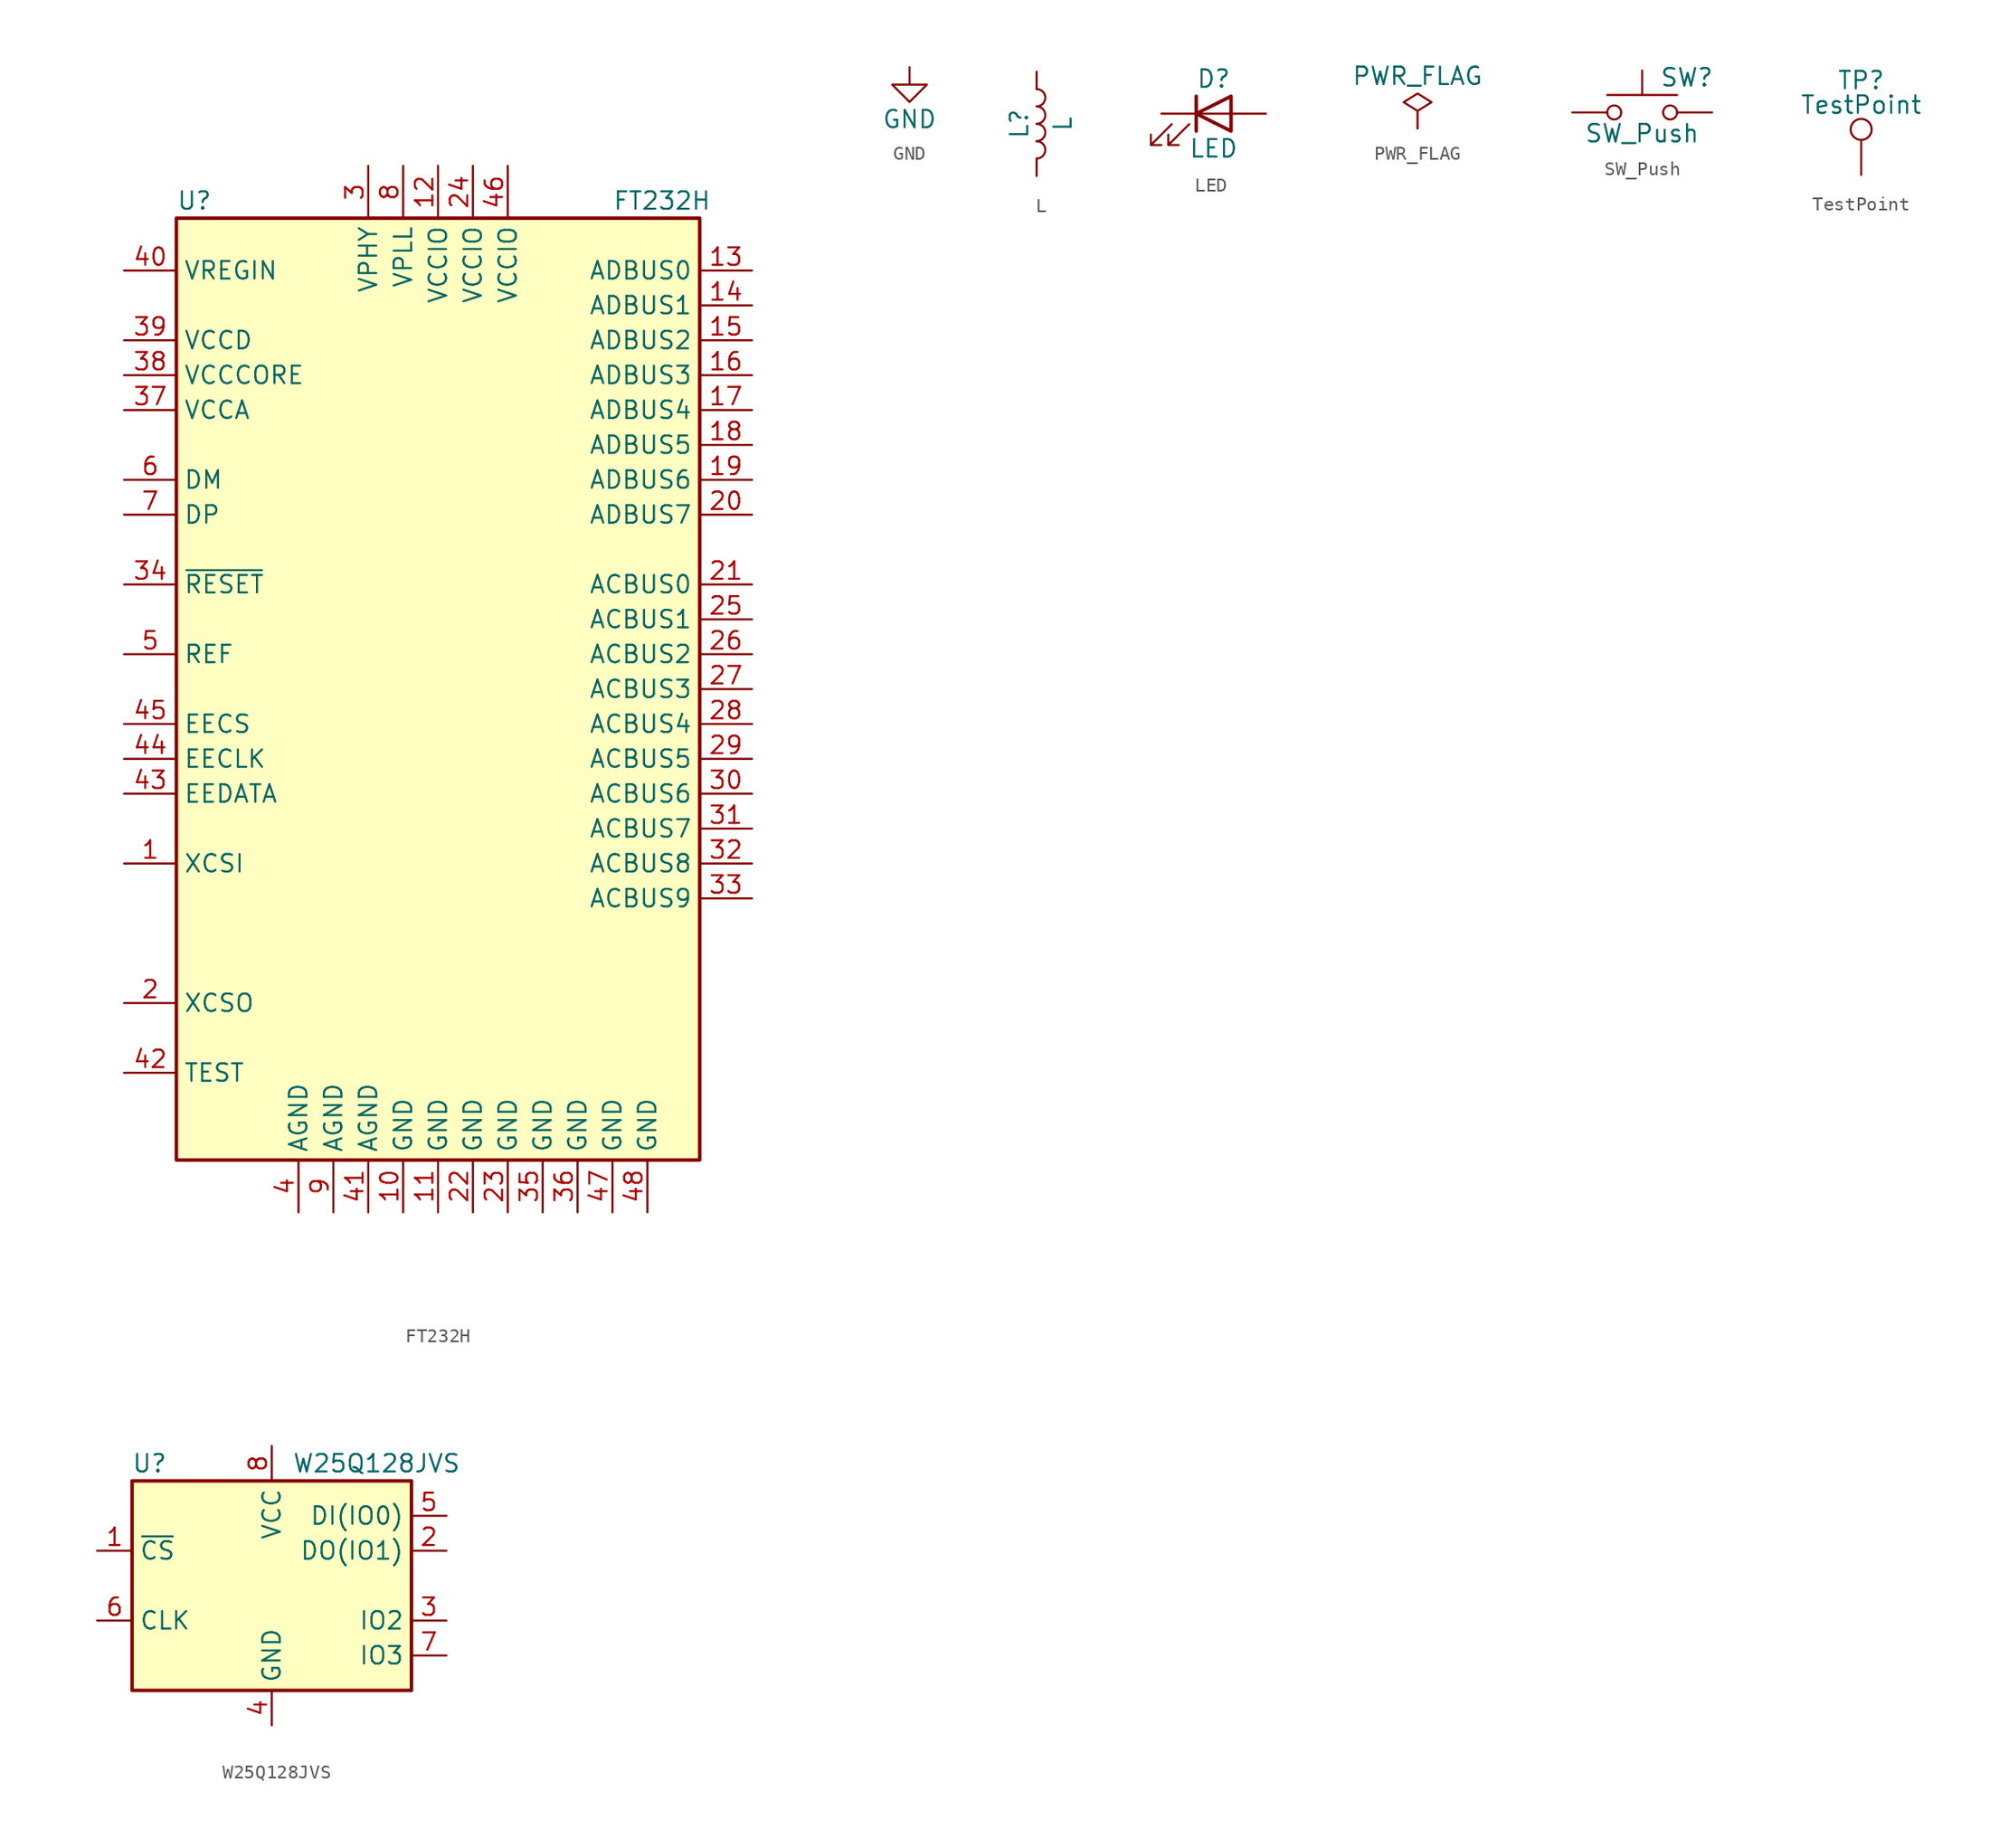
<source format=kicad_sym>
(kicad_symbol_lib
  (version 20231120)
  (generator "kicad_symbol_editor")
  (generator_version "8.0")
  (symbol "FT232H"
    (property "Reference" "U"
      (at -19.05 35.56 0)
      (effects (font (size 1.27 1.27)) (justify left)))
    (property "Value" "FT232H"
      (at 12.7 35.56 0)
      (effects (font (size 1.27 1.27)) (justify left)))
    (symbol "FT232H_0_1"
      (rectangle (start -19.05 34.29) (end 19.05 -34.29) (stroke (width 0.254) (type default)) (fill (type background))))
    (symbol "FT232H_1_1"
      (pin input line (at -22.86 -12.7 0) (length 3.81) (name "XCSI" (effects (font (size 1.27 1.27)))) (number "1" (effects (font (size 1.27 1.27)))))
      (pin power_in line (at -2.54 -38.1 90) (length 3.81) (name "GND" (effects (font (size 1.27 1.27)))) (number "10" (effects (font (size 1.27 1.27)))))
      (pin power_in line (at 0 -38.1 90) (length 3.81) (name "GND" (effects (font (size 1.27 1.27)))) (number "11" (effects (font (size 1.27 1.27)))))
      (pin power_in line (at 0 38.1 270) (length 3.81) (name "VCCIO" (effects (font (size 1.27 1.27)))) (number "12" (effects (font (size 1.27 1.27)))))
      (pin bidirectional line (at 22.86 30.48 180) (length 3.81) (name "ADBUS0" (effects (font (size 1.27 1.27)))) (number "13" (effects (font (size 1.27 1.27)))))
      (pin bidirectional line (at 22.86 27.94 180) (length 3.81) (name "ADBUS1" (effects (font (size 1.27 1.27)))) (number "14" (effects (font (size 1.27 1.27)))))
      (pin bidirectional line (at 22.86 25.4 180) (length 3.81) (name "ADBUS2" (effects (font (size 1.27 1.27)))) (number "15" (effects (font (size 1.27 1.27)))))
      (pin bidirectional line (at 22.86 22.86 180) (length 3.81) (name "ADBUS3" (effects (font (size 1.27 1.27)))) (number "16" (effects (font (size 1.27 1.27)))))
      (pin bidirectional line (at 22.86 20.32 180) (length 3.81) (name "ADBUS4" (effects (font (size 1.27 1.27)))) (number "17" (effects (font (size 1.27 1.27)))))
      (pin bidirectional line (at 22.86 17.78 180) (length 3.81) (name "ADBUS5" (effects (font (size 1.27 1.27)))) (number "18" (effects (font (size 1.27 1.27)))))
      (pin bidirectional line (at 22.86 15.24 180) (length 3.81) (name "ADBUS6" (effects (font (size 1.27 1.27)))) (number "19" (effects (font (size 1.27 1.27)))))
      (pin output line (at -22.86 -22.86 0) (length 3.81) (name "XCSO" (effects (font (size 1.27 1.27)))) (number "2" (effects (font (size 1.27 1.27)))))
      (pin bidirectional line (at 22.86 12.7 180) (length 3.81) (name "ADBUS7" (effects (font (size 1.27 1.27)))) (number "20" (effects (font (size 1.27 1.27)))))
      (pin bidirectional line (at 22.86 7.62 180) (length 3.81) (name "ACBUS0" (effects (font (size 1.27 1.27)))) (number "21" (effects (font (size 1.27 1.27)))))
      (pin power_in line (at 2.54 -38.1 90) (length 3.81) (name "GND" (effects (font (size 1.27 1.27)))) (number "22" (effects (font (size 1.27 1.27)))))
      (pin power_in line (at 5.08 -38.1 90) (length 3.81) (name "GND" (effects (font (size 1.27 1.27)))) (number "23" (effects (font (size 1.27 1.27)))))
      (pin power_in line (at 2.54 38.1 270) (length 3.81) (name "VCCIO" (effects (font (size 1.27 1.27)))) (number "24" (effects (font (size 1.27 1.27)))))
      (pin bidirectional line (at 22.86 5.08 180) (length 3.81) (name "ACBUS1" (effects (font (size 1.27 1.27)))) (number "25" (effects (font (size 1.27 1.27)))))
      (pin bidirectional line (at 22.86 2.54 180) (length 3.81) (name "ACBUS2" (effects (font (size 1.27 1.27)))) (number "26" (effects (font (size 1.27 1.27)))))
      (pin bidirectional line (at 22.86 0 180) (length 3.81) (name "ACBUS3" (effects (font (size 1.27 1.27)))) (number "27" (effects (font (size 1.27 1.27)))))
      (pin bidirectional line (at 22.86 -2.54 180) (length 3.81) (name "ACBUS4" (effects (font (size 1.27 1.27)))) (number "28" (effects (font (size 1.27 1.27)))))
      (pin bidirectional line (at 22.86 -5.08 180) (length 3.81) (name "ACBUS5" (effects (font (size 1.27 1.27)))) (number "29" (effects (font (size 1.27 1.27)))))
      (pin power_in line (at -5.08 38.1 270) (length 3.81) (name "VPHY" (effects (font (size 1.27 1.27)))) (number "3" (effects (font (size 1.27 1.27)))))
      (pin bidirectional line (at 22.86 -7.62 180) (length 3.81) (name "ACBUS6" (effects (font (size 1.27 1.27)))) (number "30" (effects (font (size 1.27 1.27)))))
      (pin bidirectional line (at 22.86 -10.16 180) (length 3.81) (name "ACBUS7" (effects (font (size 1.27 1.27)))) (number "31" (effects (font (size 1.27 1.27)))))
      (pin bidirectional line (at 22.86 -12.7 180) (length 3.81) (name "ACBUS8" (effects (font (size 1.27 1.27)))) (number "32" (effects (font (size 1.27 1.27)))))
      (pin bidirectional line (at 22.86 -15.24 180) (length 3.81) (name "ACBUS9" (effects (font (size 1.27 1.27)))) (number "33" (effects (font (size 1.27 1.27)))))
      (pin input line (at -22.86 7.62 0) (length 3.81) (name "~{RESET}" (effects (font (size 1.27 1.27)))) (number "34" (effects (font (size 1.27 1.27)))))
      (pin power_in line (at 7.62 -38.1 90) (length 3.81) (name "GND" (effects (font (size 1.27 1.27)))) (number "35" (effects (font (size 1.27 1.27)))))
      (pin power_in line (at 10.16 -38.1 90) (length 3.81) (name "GND" (effects (font (size 1.27 1.27)))) (number "36" (effects (font (size 1.27 1.27)))))
      (pin power_out line (at -22.86 20.32 0) (length 3.81) (name "VCCA" (effects (font (size 1.27 1.27)))) (number "37" (effects (font (size 1.27 1.27)))))
      (pin power_out line (at -22.86 22.86 0) (length 3.81) (name "VCCCORE" (effects (font (size 1.27 1.27)))) (number "38" (effects (font (size 1.27 1.27)))))
      (pin power_in line (at -22.86 25.4 0) (length 3.81) (name "VCCD" (effects (font (size 1.27 1.27)))) (number "39" (effects (font (size 1.27 1.27)))))
      (pin power_in line (at -10.16 -38.1 90) (length 3.81) (name "AGND" (effects (font (size 1.27 1.27)))) (number "4" (effects (font (size 1.27 1.27)))))
      (pin power_in line (at -22.86 30.48 0) (length 3.81) (name "VREGIN" (effects (font (size 1.27 1.27)))) (number "40" (effects (font (size 1.27 1.27)))))
      (pin power_in line (at -5.08 -38.1 90) (length 3.81) (name "AGND" (effects (font (size 1.27 1.27)))) (number "41" (effects (font (size 1.27 1.27)))))
      (pin input line (at -22.86 -27.94 0) (length 3.81) (name "TEST" (effects (font (size 1.27 1.27)))) (number "42" (effects (font (size 1.27 1.27)))))
      (pin bidirectional line (at -22.86 -7.62 0) (length 3.81) (name "EEDATA" (effects (font (size 1.27 1.27)))) (number "43" (effects (font (size 1.27 1.27)))))
      (pin input line (at -22.86 -5.08 0) (length 3.81) (name "EECLK" (effects (font (size 1.27 1.27)))) (number "44" (effects (font (size 1.27 1.27)))))
      (pin input line (at -22.86 -2.54 0) (length 3.81) (name "EECS" (effects (font (size 1.27 1.27)))) (number "45" (effects (font (size 1.27 1.27)))))
      (pin power_in line (at 5.08 38.1 270) (length 3.81) (name "VCCIO" (effects (font (size 1.27 1.27)))) (number "46" (effects (font (size 1.27 1.27)))))
      (pin power_in line (at 12.7 -38.1 90) (length 3.81) (name "GND" (effects (font (size 1.27 1.27)))) (number "47" (effects (font (size 1.27 1.27)))))
      (pin power_in line (at 15.24 -38.1 90) (length 3.81) (name "GND" (effects (font (size 1.27 1.27)))) (number "48" (effects (font (size 1.27 1.27)))))
      (pin input line (at -22.86 2.54 0) (length 3.81) (name "REF" (effects (font (size 1.27 1.27)))) (number "5" (effects (font (size 1.27 1.27)))))
      (pin bidirectional line (at -22.86 15.24 0) (length 3.81) (name "DM" (effects (font (size 1.27 1.27)))) (number "6" (effects (font (size 1.27 1.27)))))
      (pin bidirectional line (at -22.86 12.7 0) (length 3.81) (name "DP" (effects (font (size 1.27 1.27)))) (number "7" (effects (font (size 1.27 1.27)))))
      (pin power_in line (at -2.54 38.1 270) (length 3.81) (name "VPLL" (effects (font (size 1.27 1.27)))) (number "8" (effects (font (size 1.27 1.27)))))
      (pin power_in line (at -7.62 -38.1 90) (length 3.81) (name "AGND" (effects (font (size 1.27 1.27)))) (number "9" (effects (font (size 1.27 1.27)))))))
  (symbol "GND"
    (power)
    (pin_names
      (offset 0))
    (property "Reference" "#PWR"
      (at 0 -6.35 0)
      (effects (font (size 1.27 1.27)) (hide yes)))
    (property "Value" "GND"
      (at 0 -3.81 0)
      (effects (font (size 1.27 1.27))))
    (symbol "GND_0_1"
      (polyline (pts (xy 0 0) (xy 0 -1.27) (xy 1.27 -1.27) (xy 0 -2.54) (xy -1.27 -1.27) (xy 0 -1.27)) (stroke (width 0) (type default)) (fill (type none))))
    (symbol "GND_1_1"
      (pin power_in line (at 0 0 270) (length 0) hide (name "GND" (effects (font (size 1.27 1.27)))) (number "1" (effects (font (size 1.27 1.27)))))))
  (symbol "L"
    (pin_numbers hide)
    (pin_names
      (offset 1.016) hide)
    (property "Reference" "L"
      (at -1.27 0 90)
      (effects (font (size 1.27 1.27))))
    (property "Value" "L"
      (at 1.905 0 90)
      (effects (font (size 1.27 1.27))))
    (symbol "L_0_1"
      (arc (start 0 -2.54) (mid 0.6323 -1.905) (end 0 -1.27) (stroke (width 0) (type default)) (fill (type none)))
      (arc (start 0 -1.27) (mid 0.6323 -0.635) (end 0 0) (stroke (width 0) (type default)) (fill (type none)))
      (arc (start 0 0) (mid 0.6323 0.635) (end 0 1.27) (stroke (width 0) (type default)) (fill (type none)))
      (arc (start 0 1.27) (mid 0.6323 1.905) (end 0 2.54) (stroke (width 0) (type default)) (fill (type none))))
    (symbol "L_1_1"
      (pin passive line (at 0 3.81 270) (length 1.27) (name "1" (effects (font (size 1.27 1.27)))) (number "1" (effects (font (size 1.27 1.27)))))
      (pin passive line (at 0 -3.81 90) (length 1.27) (name "2" (effects (font (size 1.27 1.27)))) (number "2" (effects (font (size 1.27 1.27)))))))
  (symbol "LED"
    (pin_numbers hide)
    (pin_names
      (offset 1.016) hide)
    (property "Reference" "D"
      (at 0 2.54 0)
      (effects (font (size 1.27 1.27))))
    (property "Value" "LED"
      (at 0 -2.54 0)
      (effects (font (size 1.27 1.27))))
    (symbol "LED_0_1"
      (polyline (pts (xy -1.27 -1.27) (xy -1.27 1.27)) (stroke (width 0.254) (type default)) (fill (type none)))
      (polyline (pts (xy -1.27 0) (xy 1.27 0)) (stroke (width 0) (type default)) (fill (type none)))
      (polyline (pts (xy 1.27 -1.27) (xy 1.27 1.27) (xy -1.27 0) (xy 1.27 -1.27)) (stroke (width 0.254) (type default)) (fill (type none)))
      (polyline (pts (xy -3.048 -0.762) (xy -4.572 -2.286) (xy -3.81 -2.286) (xy -4.572 -2.286) (xy -4.572 -1.524)) (stroke (width 0) (type default)) (fill (type none)))
      (polyline (pts (xy -1.778 -0.762) (xy -3.302 -2.286) (xy -2.54 -2.286) (xy -3.302 -2.286) (xy -3.302 -1.524)) (stroke (width 0) (type default)) (fill (type none))))
    (symbol "LED_1_1"
      (pin passive line (at -3.81 0 0) (length 2.54) (name "K" (effects (font (size 1.27 1.27)))) (number "1" (effects (font (size 1.27 1.27)))))
      (pin passive line (at 3.81 0 180) (length 2.54) (name "A" (effects (font (size 1.27 1.27)))) (number "2" (effects (font (size 1.27 1.27)))))))
  (symbol "PWR_FLAG"
    (power)
    (pin_numbers hide)
    (pin_names
      (offset 0) hide)
    (property "Reference" "#FLG"
      (at 0 1.905 0)
      (effects (font (size 1.27 1.27)) (hide yes)))
    (property "Value" "PWR_FLAG"
      (at 0 3.81 0)
      (effects (font (size 1.27 1.27))))
    (symbol "PWR_FLAG_0_0"
      (pin power_out line (at 0 0 90) (length 0) (name "pwr" (effects (font (size 1.27 1.27)))) (number "1" (effects (font (size 1.27 1.27))))))
    (symbol "PWR_FLAG_0_1"
      (polyline (pts (xy 0 0) (xy 0 1.27) (xy -1.016 1.905) (xy 0 2.54) (xy 1.016 1.905) (xy 0 1.27)) (stroke (width 0) (type default)) (fill (type none)))))
  (symbol "SW_Push"
    (pin_numbers hide)
    (pin_names
      (offset 1.016) hide)
    (property "Reference" "SW"
      (at 1.27 2.54 0)
      (effects (font (size 1.27 1.27)) (justify left)))
    (property "Value" "SW_Push"
      (at 0 -1.524 0)
      (effects (font (size 1.27 1.27))))
    (symbol "SW_Push_0_1"
      (circle (center -2.032 0) (radius 0.508) (stroke (width 0) (type default)) (fill (type none)))
      (polyline (pts (xy 0 1.27) (xy 0 3.048)) (stroke (width 0) (type default)) (fill (type none)))
      (polyline (pts (xy 2.54 1.27) (xy -2.54 1.27)) (stroke (width 0) (type default)) (fill (type none)))
      (circle (center 2.032 0) (radius 0.508) (stroke (width 0) (type default)) (fill (type none)))
      (pin passive line (at -5.08 0 0) (length 2.54) (name "1" (effects (font (size 1.27 1.27)))) (number "1" (effects (font (size 1.27 1.27)))))
      (pin passive line (at 5.08 0 180) (length 2.54) (name "2" (effects (font (size 1.27 1.27)))) (number "2" (effects (font (size 1.27 1.27)))))))
  (symbol "TestPoint"
    (pin_numbers hide)
    (pin_names
      (offset 0.762) hide)
    (property "Reference" "TP"
      (at 0 6.858 0)
      (effects (font (size 1.27 1.27))))
    (property "Value" "TestPoint"
      (at 0 5.08 0)
      (effects (font (size 1.27 1.27))))
    (symbol "TestPoint_0_1"
      (circle (center 0 3.302) (radius 0.762) (stroke (width 0) (type default)) (fill (type none))))
    (symbol "TestPoint_1_1"
      (pin passive line (at 0 0 90) (length 2.54) (name "1" (effects (font (size 1.27 1.27)))) (number "1" (effects (font (size 1.27 1.27)))))))
  (symbol "W25Q128JVS"
    (property "Reference" "U"
      (at -8.89 8.89 0)
      (effects (font (size 1.27 1.27))))
    (property "Value" "W25Q128JVS"
      (at 7.62 8.89 0)
      (effects (font (size 1.27 1.27))))
    (symbol "W25Q128JVS_0_1"
      (rectangle (start -10.16 7.62) (end 10.16 -7.62) (stroke (width 0.254) (type default)) (fill (type background))))
    (symbol "W25Q128JVS_1_1"
      (pin input line (at -12.7 2.54 0) (length 2.54) (name "~{CS}" (effects (font (size 1.27 1.27)))) (number "1" (effects (font (size 1.27 1.27)))))
      (pin bidirectional line (at 12.7 2.54 180) (length 2.54) (name "DO(IO1)" (effects (font (size 1.27 1.27)))) (number "2" (effects (font (size 1.27 1.27)))))
      (pin bidirectional line (at 12.7 -2.54 180) (length 2.54) (name "IO2" (effects (font (size 1.27 1.27)))) (number "3" (effects (font (size 1.27 1.27)))))
      (pin power_in line (at 0 -10.16 90) (length 2.54) (name "GND" (effects (font (size 1.27 1.27)))) (number "4" (effects (font (size 1.27 1.27)))))
      (pin bidirectional line (at 12.7 5.08 180) (length 2.54) (name "DI(IO0)" (effects (font (size 1.27 1.27)))) (number "5" (effects (font (size 1.27 1.27)))))
      (pin input line (at -12.7 -2.54 0) (length 2.54) (name "CLK" (effects (font (size 1.27 1.27)))) (number "6" (effects (font (size 1.27 1.27)))))
      (pin bidirectional line (at 12.7 -5.08 180) (length 2.54) (name "IO3" (effects (font (size 1.27 1.27)))) (number "7" (effects (font (size 1.27 1.27)))))
      (pin power_in line (at 0 10.16 270) (length 2.54) (name "VCC" (effects (font (size 1.27 1.27)))) (number "8" (effects (font (size 1.27 1.27))))))))
</source>
